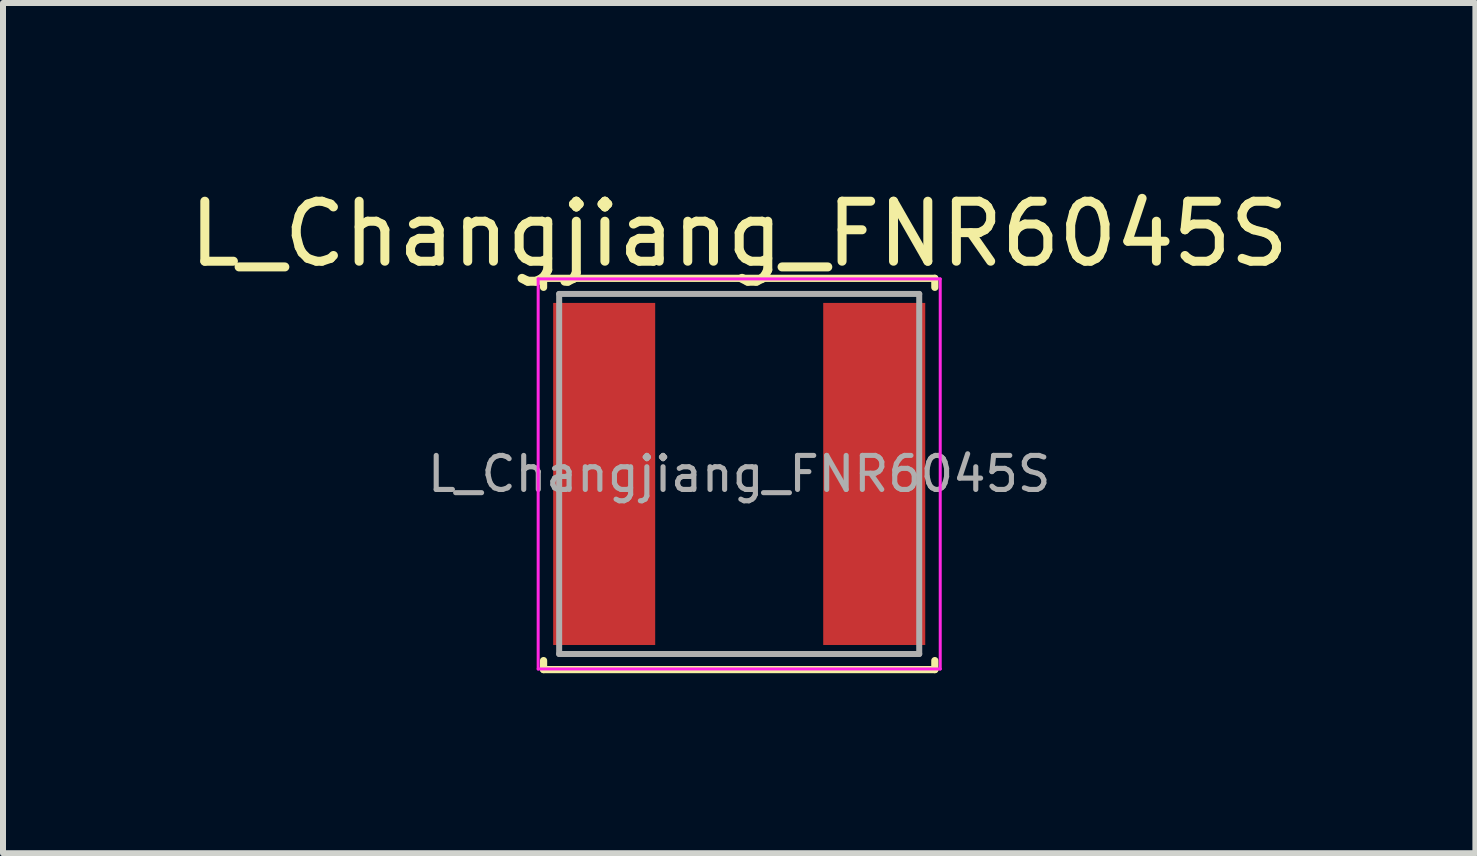
<source format=kicad_pcb>
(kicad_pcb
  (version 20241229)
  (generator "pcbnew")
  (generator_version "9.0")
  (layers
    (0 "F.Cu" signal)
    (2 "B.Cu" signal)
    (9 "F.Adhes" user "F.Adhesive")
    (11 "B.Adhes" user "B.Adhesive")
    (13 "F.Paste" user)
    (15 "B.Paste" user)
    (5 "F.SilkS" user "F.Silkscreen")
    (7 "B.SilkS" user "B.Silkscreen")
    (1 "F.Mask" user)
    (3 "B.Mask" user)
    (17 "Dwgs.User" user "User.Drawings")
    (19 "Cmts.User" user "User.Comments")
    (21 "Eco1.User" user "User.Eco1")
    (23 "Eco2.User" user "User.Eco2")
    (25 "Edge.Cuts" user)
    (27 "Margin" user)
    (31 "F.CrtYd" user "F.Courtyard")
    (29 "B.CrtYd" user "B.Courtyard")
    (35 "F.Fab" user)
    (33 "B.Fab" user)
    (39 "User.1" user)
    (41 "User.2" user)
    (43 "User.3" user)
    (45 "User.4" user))
  (footprint "L_Changjiang_FNR6045S"
    (layer "F.Cu")
    (at 9.268 4.848)
    (property "Reference" "L_Changjiang_FNR6045S" (at 0 -4 0) (layer "F.SilkS") (effects (font (size 1 1) (thickness 0.15))))
    (attr smd)
    (fp_line (start -3.26 -3.26) (end -3.26 -3.11) (stroke (width 0.12) (type solid)) (layer "F.SilkS"))
    (fp_line (start -3.26 -3.26) (end 3.26 -3.26) (stroke (width 0.12) (type solid)) (layer "F.SilkS"))
    (fp_line (start -3.26 3.26) (end -3.26 3.11) (stroke (width 0.12) (type solid)) (layer "F.SilkS"))
    (fp_line (start -3.26 3.26) (end 3.26 3.26) (stroke (width 0.12) (type solid)) (layer "F.SilkS"))
    (fp_line (start 3.26 -3.26) (end 3.26 -3.11) (stroke (width 0.12) (type solid)) (layer "F.SilkS"))
    (fp_line (start 3.26 3.26) (end 3.26 3.11) (stroke (width 0.12) (type solid)) (layer "F.SilkS"))
    (fp_line (start -3.35 -3.25) (end -3.35 3.25) (stroke (width 0.05) (type solid)) (layer "F.CrtYd"))
    (fp_line (start -3.35 3.25) (end 3.35 3.25) (stroke (width 0.05) (type solid)) (layer "F.CrtYd"))
    (fp_line (start 3.35 -3.25) (end -3.35 -3.25) (stroke (width 0.05) (type solid)) (layer "F.CrtYd"))
    (fp_line (start 3.35 3.25) (end 3.35 -3.25) (stroke (width 0.05) (type solid)) (layer "F.CrtYd"))
    (fp_line (start -3 -3) (end -3 3) (stroke (width 0.1) (type solid)) (layer "F.Fab"))
    (fp_line (start -3 3) (end 3 3) (stroke (width 0.1) (type solid)) (layer "F.Fab"))
    (fp_line (start 3 -3) (end -3 -3) (stroke (width 0.1) (type solid)) (layer "F.Fab"))
    (fp_line (start 3 3) (end 3 -3) (stroke (width 0.1) (type solid)) (layer "F.Fab"))
    (fp_text user "${REFERENCE}" (at 0 0 0) (layer "F.Fab") (effects (font (size 0.567 0.567) (thickness 0.085))))
    (pad "1" smd rect (at -2.25 0) (size 1.7 5.7) (layers "F.Cu" "F.Mask" "F.Paste"))
    (pad "2" smd rect (at 2.25 0) (size 1.7 5.7) (layers "F.Cu" "F.Mask" "F.Paste")))
  (gr_rect
    (start -3 -3)
    (end 21.536 11.168)
    (stroke (width 0.1) (type default))
    (fill no)
    (layer "Edge.Cuts")))
</source>
